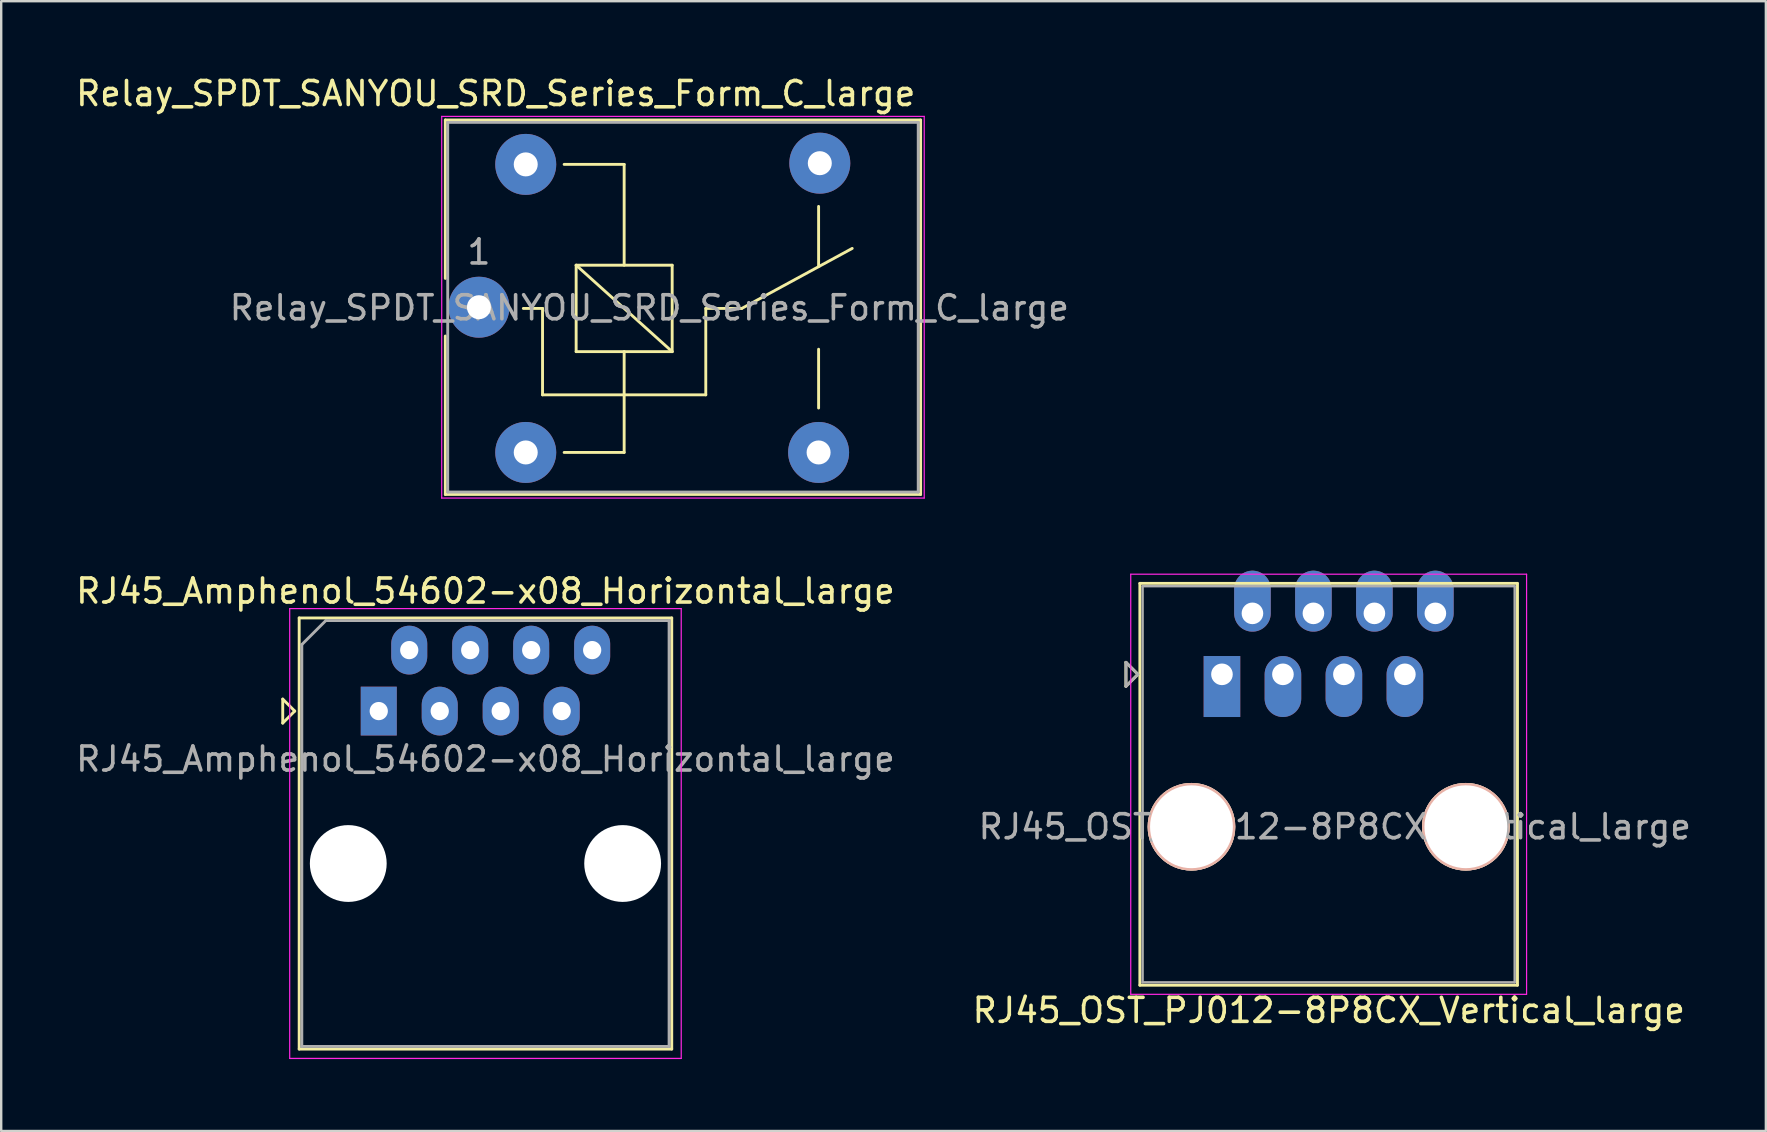
<source format=kicad_pcb>
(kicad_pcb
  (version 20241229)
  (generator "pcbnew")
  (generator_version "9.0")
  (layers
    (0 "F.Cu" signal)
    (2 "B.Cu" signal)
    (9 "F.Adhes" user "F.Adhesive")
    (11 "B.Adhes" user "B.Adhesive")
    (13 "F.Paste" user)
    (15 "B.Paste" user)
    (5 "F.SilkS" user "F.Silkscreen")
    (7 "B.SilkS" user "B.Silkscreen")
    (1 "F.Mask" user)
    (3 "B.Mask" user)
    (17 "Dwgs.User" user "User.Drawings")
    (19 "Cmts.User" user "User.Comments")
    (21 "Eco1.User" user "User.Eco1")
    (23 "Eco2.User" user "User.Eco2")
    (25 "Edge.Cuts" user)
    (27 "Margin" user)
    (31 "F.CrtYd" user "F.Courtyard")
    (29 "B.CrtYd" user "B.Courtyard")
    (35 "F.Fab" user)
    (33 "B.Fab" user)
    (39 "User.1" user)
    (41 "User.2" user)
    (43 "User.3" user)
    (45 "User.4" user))
  (footprint "Relay_SPDT_SANYOU_SRD_Series_Form_C_large"
    (layer "F.Cu")
    (at 16.901 9.748)
    (property "Reference" "Relay_SPDT_SANYOU_SRD_Series_Form_C_large" (at 0.7 -8.9 0) (layer "F.SilkS") (effects (font (size 1 1) (thickness 0.15))))
    (attr through_hole)
    (fp_line (start -1.4 -7.8) (end -1.4 -1.2) (stroke (width 0.12) (type solid)) (layer "F.SilkS"))
    (fp_line (start -1.4 -7.8) (end 18.4 -7.8) (stroke (width 0.12) (type solid)) (layer "F.SilkS"))
    (fp_line (start -1.4 1.2) (end -1.4 7.8) (stroke (width 0.12) (type solid)) (layer "F.SilkS"))
    (fp_line (start 2.65 0.05) (end 1.85 0.05) (stroke (width 0.12) (type solid)) (layer "F.SilkS"))
    (fp_line (start 2.65 0.05) (end 2.65 3.65) (stroke (width 0.12) (type solid)) (layer "F.SilkS"))
    (fp_line (start 3.55 6.05) (end 6.05 6.05) (stroke (width 0.12) (type solid)) (layer "F.SilkS"))
    (fp_line (start 4.05 -1.75) (end 8.05 -1.75) (stroke (width 0.12) (type solid)) (layer "F.SilkS"))
    (fp_line (start 4.05 1.85) (end 4.05 -1.75) (stroke (width 0.12) (type solid)) (layer "F.SilkS"))
    (fp_line (start 6.05 -5.95) (end 3.55 -5.95) (stroke (width 0.12) (type solid)) (layer "F.SilkS"))
    (fp_line (start 6.05 -5.95) (end 6.05 -1.75) (stroke (width 0.12) (type solid)) (layer "F.SilkS"))
    (fp_line (start 6.05 1.85) (end 6.05 6.05) (stroke (width 0.12) (type solid)) (layer "F.SilkS"))
    (fp_line (start 8.05 -1.75) (end 8.05 1.85) (stroke (width 0.12) (type solid)) (layer "F.SilkS"))
    (fp_line (start 8.05 1.85) (end 4.05 -1.75) (stroke (width 0.12) (type solid)) (layer "F.SilkS"))
    (fp_line (start 8.05 1.85) (end 4.05 1.85) (stroke (width 0.12) (type solid)) (layer "F.SilkS"))
    (fp_line (start 9.45 0.05) (end 9.45 3.65) (stroke (width 0.12) (type solid)) (layer "F.SilkS"))
    (fp_line (start 9.45 0.05) (end 10.95 0.05) (stroke (width 0.12) (type solid)) (layer "F.SilkS"))
    (fp_line (start 9.45 3.65) (end 2.65 3.65) (stroke (width 0.12) (type solid)) (layer "F.SilkS"))
    (fp_line (start 10.95 0.05) (end 15.55 -2.45) (stroke (width 0.12) (type solid)) (layer "F.SilkS"))
    (fp_line (start 14.15 -4.2) (end 14.15 -1.7) (stroke (width 0.12) (type solid)) (layer "F.SilkS"))
    (fp_line (start 14.15 4.2) (end 14.15 1.75) (stroke (width 0.12) (type solid)) (layer "F.SilkS"))
    (fp_line (start 18.4 -7.8) (end 18.4 7.8) (stroke (width 0.12) (type solid)) (layer "F.SilkS"))
    (fp_line (start 18.4 7.8) (end -1.4 7.8) (stroke (width 0.12) (type solid)) (layer "F.SilkS"))
    (fp_line (start -1.55 7.95) (end -1.55 -7.95) (stroke (width 0.05) (type solid)) (layer "F.CrtYd"))
    (fp_line (start -1.55 7.95) (end 18.55 7.95) (stroke (width 0.05) (type solid)) (layer "F.CrtYd"))
    (fp_line (start 18.55 -7.95) (end -1.55 -7.95) (stroke (width 0.05) (type solid)) (layer "F.CrtYd"))
    (fp_line (start 18.55 -7.95) (end 18.55 7.95) (stroke (width 0.05) (type solid)) (layer "F.CrtYd"))
    (fp_line (start -1.3 -7.7) (end 18.3 -7.7) (stroke (width 0.12) (type solid)) (layer "F.Fab"))
    (fp_line (start -1.3 7.7) (end -1.3 -7.7) (stroke (width 0.12) (type solid)) (layer "F.Fab"))
    (fp_line (start 18.3 -7.7) (end 18.3 7.7) (stroke (width 0.12) (type solid)) (layer "F.Fab"))
    (fp_line (start 18.3 7.7) (end -1.3 7.7) (stroke (width 0.12) (type solid)) (layer "F.Fab"))
    (fp_text user "${REFERENCE}" (at 7.1 0.025 0) (layer "F.Fab") (effects (font (size 1 1) (thickness 0.15))))
    (fp_text user "1" (at 0 -2.3 0) (layer "F.Fab") (effects (font (size 1 1) (thickness 0.15))))
    (pad "1" thru_hole circle (at 0 0 90) (size 2.54 2.54) (drill 1) (layers "*.Cu" "*.Mask"))
    (pad "2" thru_hole circle (at 1.95 6.05 90) (size 2.54 2.54) (drill 1) (layers "*.Cu" "*.Mask"))
    (pad "3" thru_hole circle (at 14.15 6.05 90) (size 2.54 2.54) (drill 1) (layers "*.Cu" "*.Mask"))
    (pad "4" thru_hole circle (at 14.2 -6 90) (size 2.54 2.54) (drill 1) (layers "*.Cu" "*.Mask"))
    (pad "5" thru_hole circle (at 1.95 -5.95 90) (size 2.54 2.54) (drill 1) (layers "*.Cu" "*.Mask")))
  (footprint "RJ45_Amphenol_54602-x08_Horizontal_large"
    (layer "F.Cu")
    (at 12.728 26.572)
    (property "Reference" "RJ45_Amphenol_54602-x08_Horizontal_large" (at 4.445 -5 0) (layer "F.SilkS") (effects (font (size 1 1) (thickness 0.15))))
    (attr through_hole)
    (fp_line (start -4 -0.5) (end -4 0.5) (stroke (width 0.12) (type solid)) (layer "F.SilkS"))
    (fp_line (start -4 0.5) (end -3.5 0) (stroke (width 0.12) (type solid)) (layer "F.SilkS"))
    (fp_line (start -3.5 0) (end -4 -0.5) (stroke (width 0.12) (type solid)) (layer "F.SilkS"))
    (fp_line (start -3.315 -3.88) (end -3.315 14.08) (stroke (width 0.12) (type solid)) (layer "F.SilkS"))
    (fp_line (start -3.315 14.08) (end 12.205 14.08) (stroke (width 0.12) (type solid)) (layer "F.SilkS"))
    (fp_line (start 12.205 -3.88) (end -3.315 -3.88) (stroke (width 0.12) (type solid)) (layer "F.SilkS"))
    (fp_line (start 12.205 -3.88) (end 12.205 14.08) (stroke (width 0.12) (type solid)) (layer "F.SilkS"))
    (fp_line (start -3.71 -4.27) (end -3.71 14.47) (stroke (width 0.05) (type solid)) (layer "F.CrtYd"))
    (fp_line (start -3.71 -4.27) (end 12.6 -4.27) (stroke (width 0.05) (type solid)) (layer "F.CrtYd"))
    (fp_line (start 12.6 14.47) (end -3.71 14.47) (stroke (width 0.05) (type solid)) (layer "F.CrtYd"))
    (fp_line (start 12.6 14.47) (end 12.6 -4.27) (stroke (width 0.05) (type solid)) (layer "F.CrtYd"))
    (fp_line (start -3.205 -2.77) (end -2.205 -3.77) (stroke (width 0.12) (type solid)) (layer "F.Fab"))
    (fp_line (start -3.205 13.97) (end -3.205 -2.77) (stroke (width 0.12) (type solid)) (layer "F.Fab"))
    (fp_line (start -2.205 -3.77) (end 12.095 -3.77) (stroke (width 0.12) (type solid)) (layer "F.Fab"))
    (fp_line (start 12.095 -3.77) (end 12.095 13.97) (stroke (width 0.12) (type solid)) (layer "F.Fab"))
    (fp_line (start 12.095 13.97) (end -3.205 13.97) (stroke (width 0.12) (type solid)) (layer "F.Fab"))
    (fp_text user "${REFERENCE}" (at 4.445 2 0) (layer "F.Fab") (effects (font (size 1 1) (thickness 0.15))))
    (pad "" np_thru_hole circle (at -1.27 6.35) (size 3.2 3.2) (drill 3.2) (layers "*.Cu" "*.Mask"))
    (pad "" np_thru_hole circle (at 10.16 6.35) (size 3.2 3.2) (drill 3.2) (layers "*.Cu" "*.Mask"))
    (pad "1" thru_hole rect (at 0 0) (size 1.5 2.032) (drill 0.76) (layers "*.Cu" "*.Mask"))
    (pad "2" thru_hole oval (at 1.27 -2.54) (size 1.5 2.032) (drill 0.76) (layers "*.Cu" "*.Mask"))
    (pad "3" thru_hole oval (at 2.54 0) (size 1.5 2.032) (drill 0.76) (layers "*.Cu" "*.Mask"))
    (pad "4" thru_hole oval (at 3.81 -2.54) (size 1.5 2.032) (drill 0.76) (layers "*.Cu" "*.Mask"))
    (pad "5" thru_hole oval (at 5.08 0) (size 1.5 2.032) (drill 0.76) (layers "*.Cu" "*.Mask"))
    (pad "6" thru_hole oval (at 6.35 -2.54) (size 1.5 2.032) (drill 0.76) (layers "*.Cu" "*.Mask"))
    (pad "7" thru_hole oval (at 7.62 0) (size 1.5 2.032) (drill 0.76) (layers "*.Cu" "*.Mask"))
    (pad "8" thru_hole oval (at 8.89 -2.54) (size 1.5 2.032) (drill 0.76) (layers "*.Cu" "*.Mask")))
  (footprint "RJ45_OST_PJ012-8P8CX_Vertical_large"
    (layer "F.Cu")
    (at 47.854 25.041)
    (property "Reference" "RJ45_OST_PJ012-8P8CX_Vertical_large" (at 4.45 14 0) (layer "F.SilkS") (effects (font (size 1 1) (thickness 0.15))))
    (attr through_hole)
    (fp_line (start -4 -0.5) (end -4 0.5) (stroke (width 0.12) (type solid)) (layer "F.SilkS"))
    (fp_line (start -4 0.5) (end -3.5 0) (stroke (width 0.12) (type solid)) (layer "F.SilkS"))
    (fp_line (start -3.5 0) (end -4 -0.5) (stroke (width 0.12) (type solid)) (layer "F.SilkS"))
    (fp_line (start -3.42 -3.79) (end -3.42 12.95) (stroke (width 0.12) (type solid)) (layer "F.SilkS"))
    (fp_line (start 12.3 -3.79) (end -3.42 -3.79) (stroke (width 0.12) (type solid)) (layer "F.SilkS"))
    (fp_line (start 12.31 -3.79) (end 12.31 12.95) (stroke (width 0.12) (type solid)) (layer "F.SilkS"))
    (fp_line (start 12.31 12.95) (end -3.42 12.95) (stroke (width 0.12) (type solid)) (layer "F.SilkS"))
    (fp_line (start -3.8 -4.17) (end -3.8 13.33) (stroke (width 0.05) (type solid)) (layer "F.CrtYd"))
    (fp_line (start -3.8 -4.17) (end 12.69 -4.17) (stroke (width 0.05) (type solid)) (layer "F.CrtYd"))
    (fp_line (start -3.8 13.33) (end 12.69 13.33) (stroke (width 0.05) (type solid)) (layer "F.CrtYd"))
    (fp_line (start 12.69 -4.17) (end 12.69 13.33) (stroke (width 0.05) (type solid)) (layer "F.CrtYd"))
    (fp_line (start -4 -0.5) (end -4 0.5) (stroke (width 0.12) (type solid)) (layer "F.Fab"))
    (fp_line (start -4 0.5) (end -3.5 0) (stroke (width 0.12) (type solid)) (layer "F.Fab"))
    (fp_line (start -3.5 0) (end -4 -0.5) (stroke (width 0.12) (type solid)) (layer "F.Fab"))
    (fp_line (start -3.305 -3.67) (end -3.305 12.83) (stroke (width 0.1) (type solid)) (layer "F.Fab"))
    (fp_line (start 12.195 -3.67) (end -3.305 -3.67) (stroke (width 0.1) (type solid)) (layer "F.Fab"))
    (fp_line (start 12.195 -3.67) (end 12.195 12.83) (stroke (width 0.1) (type solid)) (layer "F.Fab"))
    (fp_line (start 12.195 12.83) (end -3.305 12.83) (stroke (width 0.1) (type solid)) (layer "F.Fab"))
    (fp_text user "${REFERENCE}" (at 4.7 6.35 0) (layer "F.Fab") (effects (font (size 1 1) (thickness 0.15))))
    (pad "" np_thru_hole circle (at -1.27 6.35) (size 3.65 3.65) (drill 3.45) (layers "*.Cu" "*.SilkS" "*.Mask"))
    (pad "" np_thru_hole circle (at 10.16 6.35) (size 3.65 3.65) (drill 3.45) (layers "*.Cu" "*.SilkS" "*.Mask"))
    (pad "1" thru_hole rect (at 0 0) (size 1.524 2.54) (drill 0.9 (offset 0 0.508)) (layers "*.Cu" "*.Mask"))
    (pad "2" thru_hole oval (at 1.27 -2.54) (size 1.524 2.54) (drill 0.9 (offset 0 -0.508)) (layers "*.Cu" "*.Mask"))
    (pad "3" thru_hole oval (at 2.54 0) (size 1.524 2.54) (drill 0.9 (offset 0 0.508)) (layers "*.Cu" "*.Mask"))
    (pad "4" thru_hole oval (at 3.81 -2.54) (size 1.524 2.54) (drill 0.9 (offset 0 -0.508)) (layers "*.Cu" "*.Mask"))
    (pad "5" thru_hole oval (at 5.08 0) (size 1.524 2.54) (drill 0.9 (offset 0 0.508)) (layers "*.Cu" "*.Mask"))
    (pad "6" thru_hole oval (at 6.35 -2.54) (size 1.524 2.54) (drill 0.9 (offset 0 -0.508)) (layers "*.Cu" "*.Mask"))
    (pad "7" thru_hole oval (at 7.62 0) (size 1.524 2.54) (drill 0.9 (offset 0 0.508)) (layers "*.Cu" "*.Mask"))
    (pad "8" thru_hole oval (at 8.89 -2.54) (size 1.524 2.54) (drill 0.9 (offset 0 -0.508)) (layers "*.Cu" "*.Mask")))
  (gr_rect
    (start -3 -3)
    (end 70.512 44.066)
    (stroke (width 0.1) (type default))
    (fill no)
    (layer "Edge.Cuts")))
</source>
